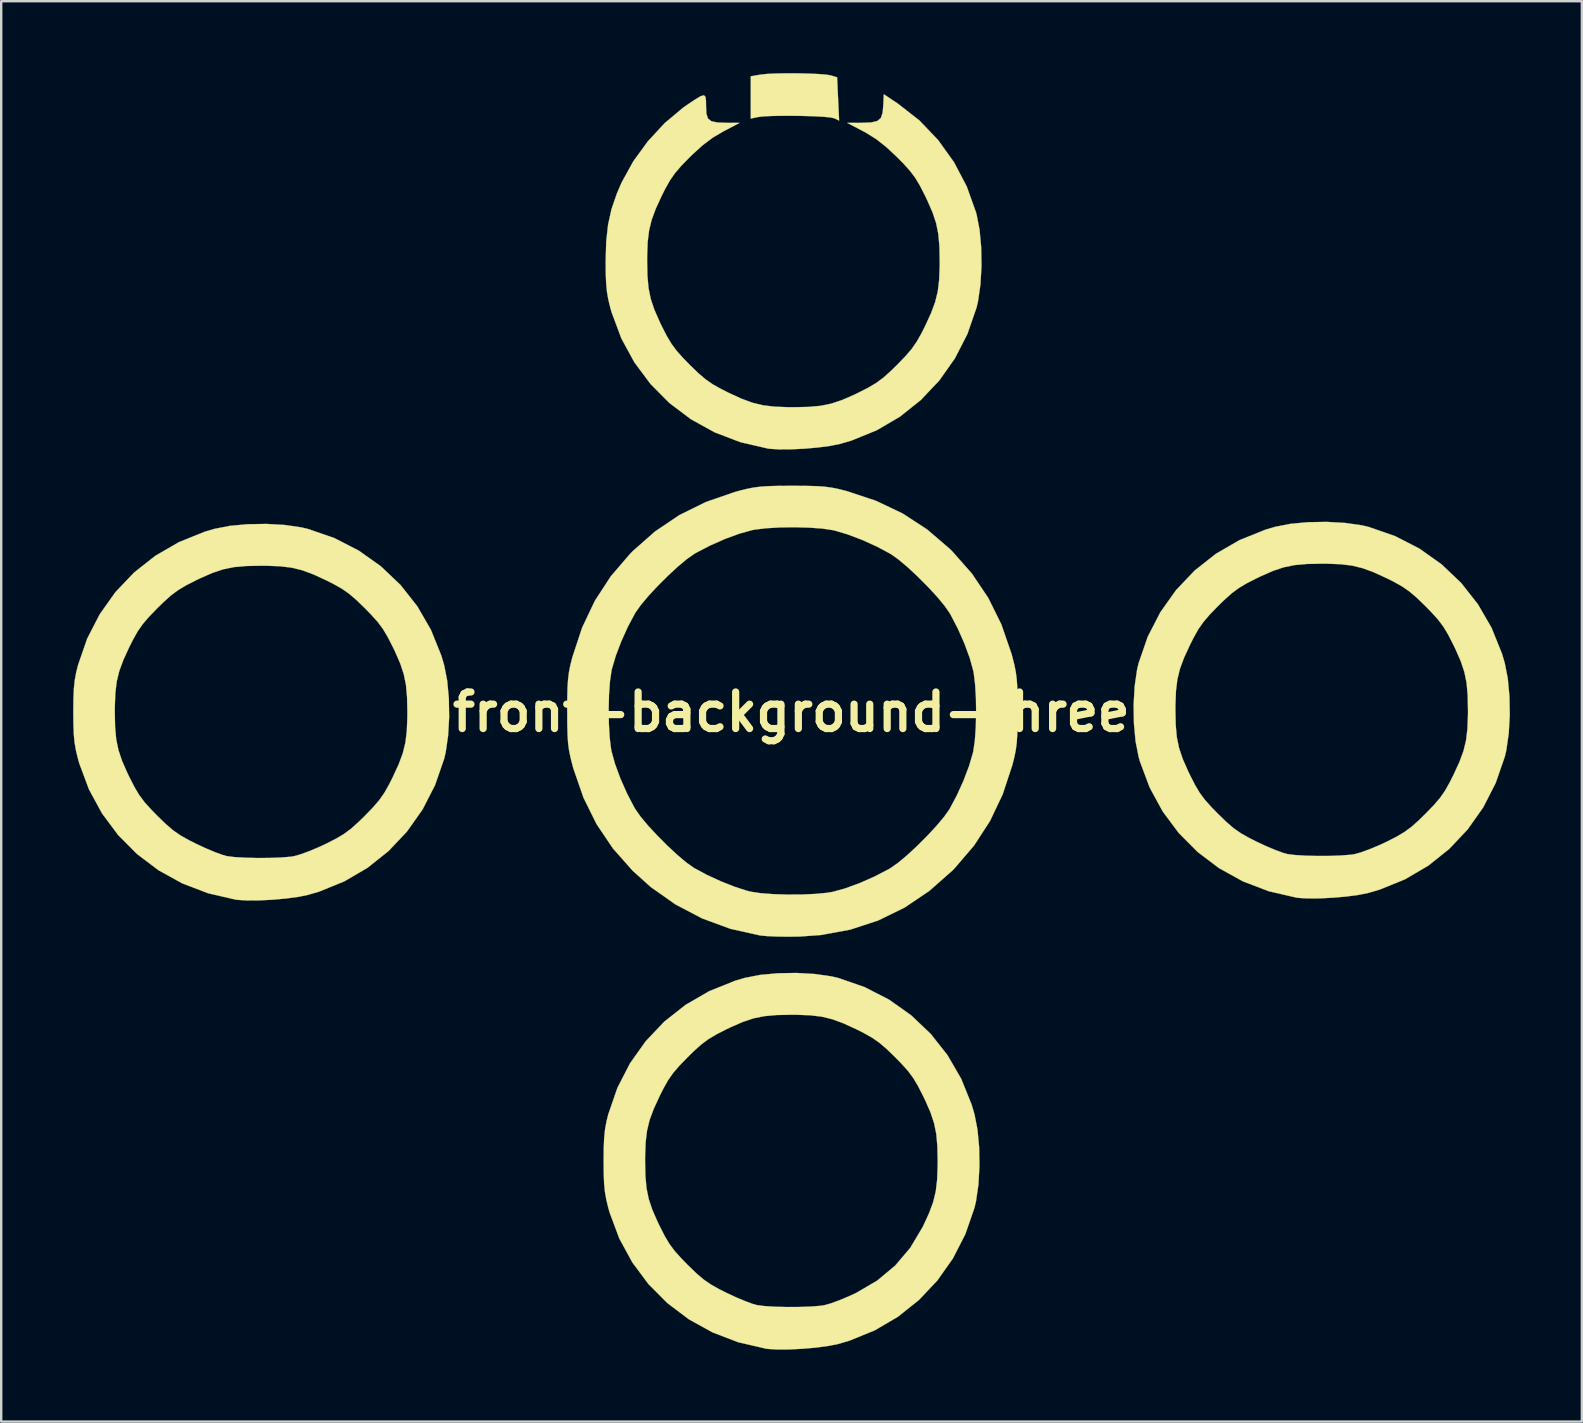
<source format=kicad_pcb>
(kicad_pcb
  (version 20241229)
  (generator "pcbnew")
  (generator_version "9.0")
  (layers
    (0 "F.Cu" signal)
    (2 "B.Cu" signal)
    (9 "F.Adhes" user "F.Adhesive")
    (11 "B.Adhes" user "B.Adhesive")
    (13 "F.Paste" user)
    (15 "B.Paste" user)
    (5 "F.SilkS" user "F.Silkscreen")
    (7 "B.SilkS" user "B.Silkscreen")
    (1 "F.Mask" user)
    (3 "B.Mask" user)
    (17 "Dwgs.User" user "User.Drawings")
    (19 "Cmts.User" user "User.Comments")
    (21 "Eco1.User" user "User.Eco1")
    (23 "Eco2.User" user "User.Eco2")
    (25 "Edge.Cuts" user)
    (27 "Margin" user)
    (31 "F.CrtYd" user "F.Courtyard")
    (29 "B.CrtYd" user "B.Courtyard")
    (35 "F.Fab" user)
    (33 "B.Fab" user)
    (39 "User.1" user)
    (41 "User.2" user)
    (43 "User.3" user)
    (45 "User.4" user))
  (footprint "front-background-three"
    (layer "F.Cu")
    (at 29.927 26.619)
    (property "Reference" "front-background-three" (at 0 0 0) (layer "F.SilkS") (effects (font (size 1.524 1.524) (thickness 0.3))))
    (attr through_hole)
    (fp_poly (pts (xy 0.277 -26.613) (xy 0.741 -26.602) (xy 1.153 -26.583) (xy 1.474 -26.556) (xy 1.651 -26.525) (xy 1.905 -26.447) (xy 1.947 -25.542) (xy 1.965 -25.175) (xy 1.978 -24.88) (xy 1.987 -24.693) (xy 1.99 -24.643) (xy 1.923 -24.677) (xy 1.778 -24.743) (xy 1.62 -24.776) (xy 1.328 -24.804) (xy 0.939 -24.824) (xy 0.489 -24.838) (xy 0.014 -24.845) (xy -0.45 -24.844) (xy -0.868 -24.834) (xy -1.203 -24.816) (xy -1.418 -24.788) (xy -1.693 -24.727) (xy -1.693 -26.49) (xy -1.291 -26.559) (xy -1.023 -26.588) (xy -0.645 -26.606) (xy -0.199 -26.614) (xy 0.277 -26.613)) (stroke (width 0.01) (type solid)) (fill yes) (layer "F.SilkS"))
    (fp_poly (pts (xy 4.445 -25.345) (xy 5.333 -24.651) (xy 6.114 -23.834) (xy 6.776 -22.911) (xy 7.307 -21.9) (xy 7.694 -20.818) (xy 7.715 -20.743) (xy 7.84 -20.104) (xy 7.909 -19.364) (xy 7.922 -18.581) (xy 7.878 -17.814) (xy 7.779 -17.122) (xy 7.715 -16.849) (xy 7.335 -15.751) (xy 6.815 -14.737) (xy 6.166 -13.818) (xy 5.399 -13.005) (xy 4.526 -12.308) (xy 3.556 -11.74) (xy 2.501 -11.31) (xy 2.032 -11.173) (xy 1.623 -11.09) (xy 1.114 -11.023) (xy 0.556 -10.973) (xy -0.001 -10.946) (xy -0.505 -10.943) (xy -0.905 -10.968) (xy -0.974 -10.977) (xy -2.124 -11.243) (xy -3.199 -11.654) (xy -4.189 -12.201) (xy -5.083 -12.876) (xy -5.87 -13.668) (xy -6.541 -14.568) (xy -7.085 -15.567) (xy -7.491 -16.655) (xy -7.546 -16.849) (xy -7.629 -17.189) (xy -7.685 -17.513) (xy -7.719 -17.869) (xy -7.736 -18.304) (xy -7.739 -18.796) (xy -7.716 -19.612) (xy -7.637 -20.317) (xy -7.493 -20.964) (xy -7.272 -21.605) (xy -7.073 -22.066) (xy -6.59 -22.943) (xy -5.981 -23.781) (xy -5.279 -24.539) (xy -4.518 -25.178) (xy -4.341 -25.302) (xy -4 -25.53) (xy -3.775 -25.663) (xy -3.643 -25.698) (xy -3.579 -25.634) (xy -3.558 -25.469) (xy -3.556 -25.243) (xy -3.541 -24.931) (xy -3.476 -24.73) (xy -3.331 -24.616) (xy -3.077 -24.564) (xy -2.694 -24.551) (xy -2.159 -24.548) (xy -2.836 -24.194) (xy -3.276 -23.934) (xy -3.697 -23.618) (xy -4.15 -23.206) (xy -4.245 -23.112) (xy -4.591 -22.757) (xy -4.847 -22.458) (xy -5.055 -22.16) (xy -5.254 -21.808) (xy -5.408 -21.501) (xy -5.652 -20.969) (xy -5.822 -20.51) (xy -5.93 -20.066) (xy -5.989 -19.582) (xy -6.01 -19.003) (xy -6.011 -18.796) (xy -5.999 -18.176) (xy -5.953 -17.669) (xy -5.862 -17.219) (xy -5.712 -16.77) (xy -5.492 -16.267) (xy -5.408 -16.091) (xy -5.193 -15.67) (xy -4.995 -15.339) (xy -4.776 -15.044) (xy -4.496 -14.732) (xy -4.24 -14.471) (xy -3.882 -14.124) (xy -3.581 -13.866) (xy -3.281 -13.657) (xy -2.929 -13.459) (xy -2.62 -13.304) (xy -2.089 -13.059) (xy -1.629 -12.889) (xy -1.185 -12.781) (xy -0.701 -12.723) (xy -0.123 -12.701) (xy 0.085 -12.7) (xy 0.704 -12.713) (xy 1.211 -12.758) (xy 1.662 -12.85) (xy 2.111 -12.999) (xy 2.614 -13.219) (xy 2.789 -13.304) (xy 3.211 -13.519) (xy 3.542 -13.716) (xy 3.837 -13.935) (xy 4.149 -14.216) (xy 4.41 -14.471) (xy 4.756 -14.829) (xy 5.015 -15.131) (xy 5.223 -15.43) (xy 5.422 -15.782) (xy 5.577 -16.091) (xy 5.821 -16.623) (xy 5.991 -17.082) (xy 6.1 -17.526) (xy 6.158 -18.01) (xy 6.18 -18.589) (xy 6.181 -18.796) (xy 6.168 -19.416) (xy 6.122 -19.923) (xy 6.031 -20.373) (xy 5.881 -20.822) (xy 5.661 -21.325) (xy 5.577 -21.501) (xy 5.362 -21.923) (xy 5.165 -22.253) (xy 4.946 -22.546) (xy 4.667 -22.856) (xy 4.414 -23.112) (xy 3.949 -23.547) (xy 3.526 -23.879) (xy 3.094 -24.146) (xy 3.006 -24.194) (xy 2.328 -24.548) (xy 2.926 -24.551) (xy 3.32 -24.566) (xy 3.577 -24.625) (xy 3.727 -24.75) (xy 3.801 -24.967) (xy 3.828 -25.253) (xy 3.852 -25.741) (xy 4.445 -25.345)) (stroke (width 0.01) (type solid)) (fill yes) (layer "F.SilkS"))
    (fp_poly (pts (xy 0.982 10.918) (xy 1.674 11.017) (xy 1.947 11.081) (xy 3.053 11.464) (xy 4.072 11.987) (xy 4.994 12.641) (xy 5.809 13.416) (xy 6.507 14.302) (xy 7.078 15.287) (xy 7.512 16.363) (xy 7.63 16.764) (xy 7.755 17.403) (xy 7.824 18.143) (xy 7.837 18.926) (xy 7.794 19.693) (xy 7.694 20.385) (xy 7.63 20.659) (xy 7.25 21.756) (xy 6.731 22.77) (xy 6.082 23.689) (xy 5.315 24.502) (xy 4.441 25.199) (xy 3.471 25.768) (xy 2.417 26.197) (xy 1.947 26.335) (xy 1.539 26.417) (xy 1.03 26.485) (xy 0.471 26.534) (xy -0.086 26.562) (xy -0.59 26.565) (xy -0.99 26.54) (xy -1.058 26.53) (xy -2.208 26.264) (xy -3.283 25.853) (xy -4.273 25.306) (xy -5.167 24.631) (xy -5.955 23.84) (xy -6.626 22.939) (xy -7.17 21.94) (xy -7.576 20.852) (xy -7.63 20.659) (xy -7.713 20.318) (xy -7.77 19.994) (xy -7.804 19.638) (xy -7.82 19.204) (xy -7.824 18.711) (xy -6.096 18.711) (xy -6.083 19.331) (xy -6.038 19.838) (xy -5.946 20.288) (xy -5.797 20.737) (xy -5.577 21.24) (xy -5.492 21.416) (xy -5.277 21.838) (xy -5.08 22.169) (xy -4.861 22.463) (xy -4.58 22.776) (xy -4.325 23.036) (xy -3.967 23.383) (xy -3.666 23.641) (xy -3.366 23.85) (xy -3.013 24.049) (xy -2.699 24.207) (xy -2.305 24.39) (xy -1.925 24.549) (xy -1.61 24.666) (xy -1.434 24.715) (xy -1.113 24.756) (xy -0.674 24.783) (xy -0.171 24.795) (xy 0.347 24.792) (xy 0.826 24.775) (xy 1.216 24.743) (xy 1.364 24.721) (xy 1.631 24.647) (xy 1.994 24.515) (xy 2.401 24.345) (xy 2.705 24.204) (xy 3.578 23.692) (xy 4.326 23.068) (xy 4.955 22.326) (xy 5.472 21.458) (xy 5.492 21.416) (xy 5.737 20.885) (xy 5.907 20.425) (xy 6.015 19.981) (xy 6.073 19.497) (xy 6.095 18.919) (xy 6.096 18.711) (xy 6.083 18.092) (xy 6.038 17.585) (xy 5.946 17.134) (xy 5.797 16.685) (xy 5.577 16.182) (xy 5.492 16.007) (xy 5.277 15.585) (xy 5.08 15.254) (xy 4.861 14.959) (xy 4.58 14.647) (xy 4.325 14.386) (xy 3.967 14.04) (xy 3.665 13.781) (xy 3.366 13.573) (xy 3.014 13.374) (xy 2.705 13.219) (xy 2.173 12.975) (xy 1.714 12.805) (xy 1.27 12.696) (xy 0.786 12.638) (xy 0.207 12.616) (xy 0 12.615) (xy -0.62 12.628) (xy -1.127 12.674) (xy -1.577 12.765) (xy -2.026 12.915) (xy -2.529 13.135) (xy -2.705 13.219) (xy -3.126 13.434) (xy -3.457 13.632) (xy -3.752 13.851) (xy -4.064 14.131) (xy -4.325 14.386) (xy -4.672 14.744) (xy -4.93 15.046) (xy -5.139 15.345) (xy -5.337 15.698) (xy -5.492 16.007) (xy -5.737 16.538) (xy -5.907 16.998) (xy -6.015 17.442) (xy -6.073 17.925) (xy -6.095 18.504) (xy -6.096 18.711) (xy -7.824 18.711) (xy -7.819 18.166) (xy -7.801 17.742) (xy -7.765 17.393) (xy -7.706 17.069) (xy -7.63 16.764) (xy -7.248 15.658) (xy -6.724 14.64) (xy -6.07 13.718) (xy -5.295 12.902) (xy -4.41 12.204) (xy -3.424 11.633) (xy -2.348 11.2) (xy -1.947 11.081) (xy -1.308 10.956) (xy -0.568 10.887) (xy 0.215 10.874) (xy 0.982 10.918)) (stroke (width 0.01) (type solid)) (fill yes) (layer "F.SilkS"))
    (fp_poly (pts (xy 23.08 -7.878) (xy 23.772 -7.779) (xy 24.045 -7.715) (xy 25.151 -7.332) (xy 26.17 -6.809) (xy 27.092 -6.155) (xy 27.907 -5.38) (xy 28.605 -4.494) (xy 29.176 -3.509) (xy 29.61 -2.433) (xy 29.728 -2.032) (xy 29.853 -1.393) (xy 29.922 -0.653) (xy 29.935 0.13) (xy 29.892 0.897) (xy 29.792 1.589) (xy 29.728 1.863) (xy 29.348 2.96) (xy 28.829 3.974) (xy 28.18 4.893) (xy 27.413 5.706) (xy 26.539 6.403) (xy 25.569 6.972) (xy 24.515 7.401) (xy 24.045 7.539) (xy 23.637 7.621) (xy 23.128 7.689) (xy 22.569 7.738) (xy 22.012 7.766) (xy 21.508 7.769) (xy 21.108 7.744) (xy 21.04 7.734) (xy 19.89 7.468) (xy 18.815 7.057) (xy 17.825 6.51) (xy 16.931 5.835) (xy 16.143 5.044) (xy 15.472 4.143) (xy 14.928 3.144) (xy 14.522 2.056) (xy 14.468 1.863) (xy 14.343 1.224) (xy 14.274 0.483) (xy 14.264 -0.085) (xy 16.002 -0.085) (xy 16.015 0.535) (xy 16.06 1.042) (xy 16.152 1.492) (xy 16.301 1.941) (xy 16.521 2.444) (xy 16.606 2.62) (xy 16.821 3.042) (xy 17.018 3.373) (xy 17.237 3.667) (xy 17.518 3.98) (xy 17.773 4.24) (xy 18.131 4.587) (xy 18.432 4.845) (xy 18.732 5.054) (xy 19.085 5.253) (xy 19.399 5.411) (xy 19.793 5.594) (xy 20.173 5.753) (xy 20.488 5.87) (xy 20.664 5.919) (xy 20.985 5.96) (xy 21.424 5.987) (xy 21.927 5.999) (xy 22.445 5.996) (xy 22.924 5.979) (xy 23.314 5.947) (xy 23.462 5.925) (xy 23.729 5.851) (xy 24.092 5.719) (xy 24.499 5.549) (xy 24.803 5.408) (xy 25.224 5.193) (xy 25.555 4.995) (xy 25.85 4.776) (xy 26.162 4.496) (xy 26.423 4.24) (xy 26.77 3.882) (xy 27.028 3.581) (xy 27.237 3.281) (xy 27.435 2.929) (xy 27.59 2.62) (xy 27.835 2.089) (xy 28.005 1.629) (xy 28.113 1.185) (xy 28.171 0.701) (xy 28.193 0.123) (xy 28.194 -0.085) (xy 28.181 -0.704) (xy 28.136 -1.211) (xy 28.044 -1.662) (xy 27.895 -2.111) (xy 27.675 -2.614) (xy 27.59 -2.789) (xy 27.375 -3.211) (xy 27.178 -3.542) (xy 26.959 -3.837) (xy 26.678 -4.149) (xy 26.423 -4.41) (xy 26.065 -4.756) (xy 25.763 -5.015) (xy 25.464 -5.223) (xy 25.112 -5.422) (xy 24.803 -5.577) (xy 24.271 -5.821) (xy 23.812 -5.991) (xy 23.368 -6.1) (xy 22.884 -6.158) (xy 22.305 -6.18) (xy 22.098 -6.181) (xy 21.478 -6.168) (xy 20.971 -6.122) (xy 20.521 -6.031) (xy 20.072 -5.881) (xy 19.569 -5.661) (xy 19.393 -5.577) (xy 18.972 -5.362) (xy 18.641 -5.164) (xy 18.346 -4.945) (xy 18.034 -4.665) (xy 17.773 -4.41) (xy 17.426 -4.052) (xy 17.168 -3.75) (xy 16.959 -3.451) (xy 16.761 -3.098) (xy 16.606 -2.789) (xy 16.361 -2.258) (xy 16.191 -1.798) (xy 16.083 -1.354) (xy 16.025 -0.871) (xy 16.003 -0.292) (xy 16.002 -0.085) (xy 14.264 -0.085) (xy 14.261 -0.299) (xy 14.304 -1.066) (xy 14.404 -1.758) (xy 14.468 -2.032) (xy 14.85 -3.138) (xy 15.374 -4.156) (xy 16.028 -5.078) (xy 16.803 -5.894) (xy 17.688 -6.592) (xy 18.674 -7.163) (xy 19.75 -7.596) (xy 20.151 -7.715) (xy 20.79 -7.84) (xy 21.53 -7.909) (xy 22.313 -7.922) (xy 23.08 -7.878)) (stroke (width 0.01) (type solid)) (fill yes) (layer "F.SilkS"))
    (fp_poly (pts (xy -21.116 -7.794) (xy -20.424 -7.694) (xy -20.151 -7.63) (xy -19.045 -7.248) (xy -18.026 -6.724) (xy -17.104 -6.07) (xy -16.289 -5.295) (xy -15.591 -4.41) (xy -15.02 -3.424) (xy -14.586 -2.348) (xy -14.468 -1.947) (xy -14.343 -1.308) (xy -14.274 -0.568) (xy -14.261 0.215) (xy -14.304 0.982) (xy -14.404 1.674) (xy -14.468 1.947) (xy -14.848 3.045) (xy -15.367 4.059) (xy -16.016 4.978) (xy -16.783 5.791) (xy -17.657 6.488) (xy -18.627 7.056) (xy -19.681 7.486) (xy -20.151 7.623) (xy -20.559 7.706) (xy -21.068 7.773) (xy -21.627 7.823) (xy -22.184 7.85) (xy -22.688 7.853) (xy -23.088 7.828) (xy -23.156 7.819) (xy -24.306 7.553) (xy -25.381 7.142) (xy -26.371 6.595) (xy -27.265 5.92) (xy -28.053 5.128) (xy -28.724 4.228) (xy -29.268 3.229) (xy -29.674 2.141) (xy -29.728 1.947) (xy -29.811 1.607) (xy -29.868 1.283) (xy -29.902 0.927) (xy -29.918 0.492) (xy -29.922 0) (xy -29.922 -0.000001) (xy -28.194 -0.000001) (xy -28.181 0.62) (xy -28.136 1.127) (xy -28.044 1.577) (xy -27.895 2.026) (xy -27.675 2.529) (xy -27.59 2.705) (xy -27.375 3.126) (xy -27.178 3.457) (xy -26.959 3.752) (xy -26.678 4.064) (xy -26.423 4.325) (xy -26.065 4.672) (xy -25.764 4.93) (xy -25.464 5.139) (xy -25.111 5.338) (xy -24.797 5.496) (xy -24.403 5.679) (xy -24.023 5.838) (xy -23.708 5.954) (xy -23.532 6.004) (xy -23.211 6.045) (xy -22.772 6.071) (xy -22.269 6.084) (xy -21.751 6.081) (xy -21.272 6.064) (xy -20.882 6.032) (xy -20.734 6.01) (xy -20.467 5.936) (xy -20.104 5.804) (xy -19.697 5.634) (xy -19.393 5.492) (xy -18.972 5.277) (xy -18.641 5.08) (xy -18.346 4.861) (xy -18.034 4.58) (xy -17.773 4.325) (xy -17.426 3.967) (xy -17.168 3.665) (xy -16.959 3.366) (xy -16.761 3.014) (xy -16.606 2.705) (xy -16.361 2.173) (xy -16.191 1.714) (xy -16.083 1.27) (xy -16.025 0.786) (xy -16.003 0.207) (xy -16.002 0) (xy -16.015 -0.62) (xy -16.06 -1.127) (xy -16.152 -1.577) (xy -16.301 -2.026) (xy -16.521 -2.529) (xy -16.606 -2.705) (xy -16.821 -3.126) (xy -17.018 -3.457) (xy -17.237 -3.752) (xy -17.518 -4.064) (xy -17.773 -4.325) (xy -18.131 -4.672) (xy -18.433 -4.93) (xy -18.732 -5.139) (xy -19.084 -5.337) (xy -19.393 -5.492) (xy -19.925 -5.737) (xy -20.384 -5.907) (xy -20.828 -6.015) (xy -21.312 -6.073) (xy -21.891 -6.095) (xy -22.098 -6.096) (xy -22.718 -6.083) (xy -23.225 -6.038) (xy -23.675 -5.946) (xy -24.124 -5.797) (xy -24.627 -5.577) (xy -24.803 -5.492) (xy -25.224 -5.277) (xy -25.555 -5.08) (xy -25.85 -4.861) (xy -26.162 -4.58) (xy -26.423 -4.325) (xy -26.77 -3.967) (xy -27.028 -3.665) (xy -27.237 -3.366) (xy -27.435 -3.014) (xy -27.59 -2.705) (xy -27.835 -2.173) (xy -28.005 -1.714) (xy -28.113 -1.27) (xy -28.171 -0.786) (xy -28.193 -0.207) (xy -28.194 -0.000001) (xy -29.922 -0.000001) (xy -29.917 -0.545) (xy -29.899 -0.969) (xy -29.863 -1.319) (xy -29.804 -1.642) (xy -29.728 -1.947) (xy -29.346 -3.053) (xy -28.822 -4.072) (xy -28.168 -4.994) (xy -27.393 -5.809) (xy -26.508 -6.507) (xy -25.522 -7.078) (xy -24.446 -7.512) (xy -24.045 -7.63) (xy -23.406 -7.755) (xy -22.666 -7.824) (xy -21.883 -7.837) (xy -21.116 -7.794)) (stroke (width 0.01) (type solid)) (fill yes) (layer "F.SilkS"))
    (fp_poly (pts (xy 0.601 -9.423) (xy 1.03 -9.412) (xy 1.373 -9.39) (xy 1.669 -9.351) (xy 1.959 -9.293) (xy 2.284 -9.211) (xy 2.292 -9.209) (xy 3.515 -8.805) (xy 4.632 -8.274) (xy 5.654 -7.609) (xy 6.595 -6.802) (xy 6.7 -6.7) (xy 7.523 -5.767) (xy 8.204 -4.754) (xy 8.75 -3.65) (xy 9.168 -2.44) (xy 9.209 -2.292) (xy 9.292 -1.966) (xy 9.35 -1.675) (xy 9.389 -1.38) (xy 9.412 -1.039) (xy 9.423 -0.612) (xy 9.426 -0.057) (xy 9.426 -0.042) (xy 9.423 0.516) (xy 9.412 0.946) (xy 9.39 1.288) (xy 9.351 1.584) (xy 9.293 1.874) (xy 9.211 2.199) (xy 9.209 2.208) (xy 8.805 3.431) (xy 8.274 4.547) (xy 7.609 5.569) (xy 6.802 6.511) (xy 6.7 6.615) (xy 5.742 7.46) (xy 4.713 8.152) (xy 3.616 8.688) (xy 2.453 9.069) (xy 1.225 9.294) (xy 0.339 9.357) (xy -0.139 9.363) (xy -0.606 9.357) (xy -1.01 9.339) (xy -1.301 9.312) (xy -1.312 9.31) (xy -2.544 9.034) (xy -3.723 8.6) (xy -4.835 8.016) (xy -5.864 7.29) (xy -6.615 6.614) (xy -7.438 5.683) (xy -8.119 4.671) (xy -8.665 3.567) (xy -9.083 2.358) (xy -9.124 2.208) (xy -9.207 1.881) (xy -9.266 1.591) (xy -9.305 1.296) (xy -9.327 0.955) (xy -9.338 0.527) (xy -9.341 -0.027) (xy -9.341 -0.042) (xy -9.341 -0.124) (xy -7.614 -0.124) (xy -7.605 0.493) (xy -7.572 1.064) (xy -7.514 1.535) (xy -7.495 1.636) (xy -7.35 2.161) (xy -7.129 2.762) (xy -6.856 3.381) (xy -6.556 3.959) (xy -6.505 4.046) (xy -6.289 4.355) (xy -5.973 4.733) (xy -5.59 5.147) (xy -5.174 5.565) (xy -4.758 5.951) (xy -4.377 6.272) (xy -4.063 6.495) (xy -4.046 6.505) (xy -3.525 6.785) (xy -2.949 7.051) (xy -2.374 7.279) (xy -1.859 7.446) (xy -1.674 7.491) (xy -1.273 7.551) (xy -0.754 7.59) (xy -0.168 7.608) (xy 0.435 7.605) (xy 1.003 7.58) (xy 1.486 7.534) (xy 1.721 7.495) (xy 2.245 7.35) (xy 2.847 7.129) (xy 3.466 6.856) (xy 4.044 6.556) (xy 4.131 6.505) (xy 4.439 6.289) (xy 4.818 5.973) (xy 5.232 5.59) (xy 5.649 5.174) (xy 6.035 4.758) (xy 6.357 4.377) (xy 6.58 4.063) (xy 6.59 4.046) (xy 6.892 3.481) (xy 7.171 2.865) (xy 7.402 2.257) (xy 7.562 1.715) (xy 7.579 1.636) (xy 7.644 1.2) (xy 7.683 0.65) (xy 7.699 0.04) (xy 7.69 -0.578) (xy 7.656 -1.149) (xy 7.599 -1.62) (xy 7.579 -1.721) (xy 7.434 -2.245) (xy 7.213 -2.847) (xy 6.94 -3.466) (xy 6.64 -4.044) (xy 6.59 -4.131) (xy 6.374 -4.439) (xy 6.058 -4.818) (xy 5.674 -5.232) (xy 5.258 -5.649) (xy 4.843 -6.035) (xy 4.461 -6.357) (xy 4.147 -6.58) (xy 4.131 -6.59) (xy 3.566 -6.892) (xy 2.95 -7.171) (xy 2.341 -7.402) (xy 1.8 -7.562) (xy 1.721 -7.579) (xy 1.285 -7.644) (xy 0.735 -7.683) (xy 0.124 -7.699) (xy -0.493 -7.69) (xy -1.064 -7.656) (xy -1.535 -7.599) (xy -1.636 -7.579) (xy -2.161 -7.434) (xy -2.762 -7.213) (xy -3.381 -6.94) (xy -3.959 -6.64) (xy -4.046 -6.59) (xy -4.355 -6.374) (xy -4.733 -6.058) (xy -5.147 -5.674) (xy -5.565 -5.258) (xy -5.951 -4.843) (xy -6.272 -4.461) (xy -6.495 -4.147) (xy -6.505 -4.131) (xy -6.807 -3.566) (xy -7.086 -2.95) (xy -7.318 -2.341) (xy -7.477 -1.8) (xy -7.495 -1.721) (xy -7.559 -1.285) (xy -7.599 -0.735) (xy -7.614 -0.124) (xy -9.341 -0.124) (xy -9.338 -0.601) (xy -9.328 -1.03) (xy -9.305 -1.373) (xy -9.267 -1.669) (xy -9.209 -1.959) (xy -9.126 -2.284) (xy -9.124 -2.292) (xy -8.72 -3.515) (xy -8.19 -4.632) (xy -7.525 -5.654) (xy -6.718 -6.595) (xy -6.615 -6.7) (xy -5.682 -7.523) (xy -4.67 -8.204) (xy -3.565 -8.75) (xy -2.355 -9.168) (xy -2.208 -9.209) (xy -1.881 -9.292) (xy -1.591 -9.35) (xy -1.296 -9.389) (xy -0.955 -9.412) (xy -0.527 -9.423) (xy 0.027 -9.426) (xy 0.042 -9.426) (xy 0.601 -9.423)) (stroke (width 0.01) (type solid)) (fill yes) (layer "F.SilkS")))
  (gr_rect
    (start -3 -3)
    (end 62.867 56.189)
    (stroke (width 0.1) (type default))
    (fill no)
    (layer "Edge.Cuts")))
</source>
